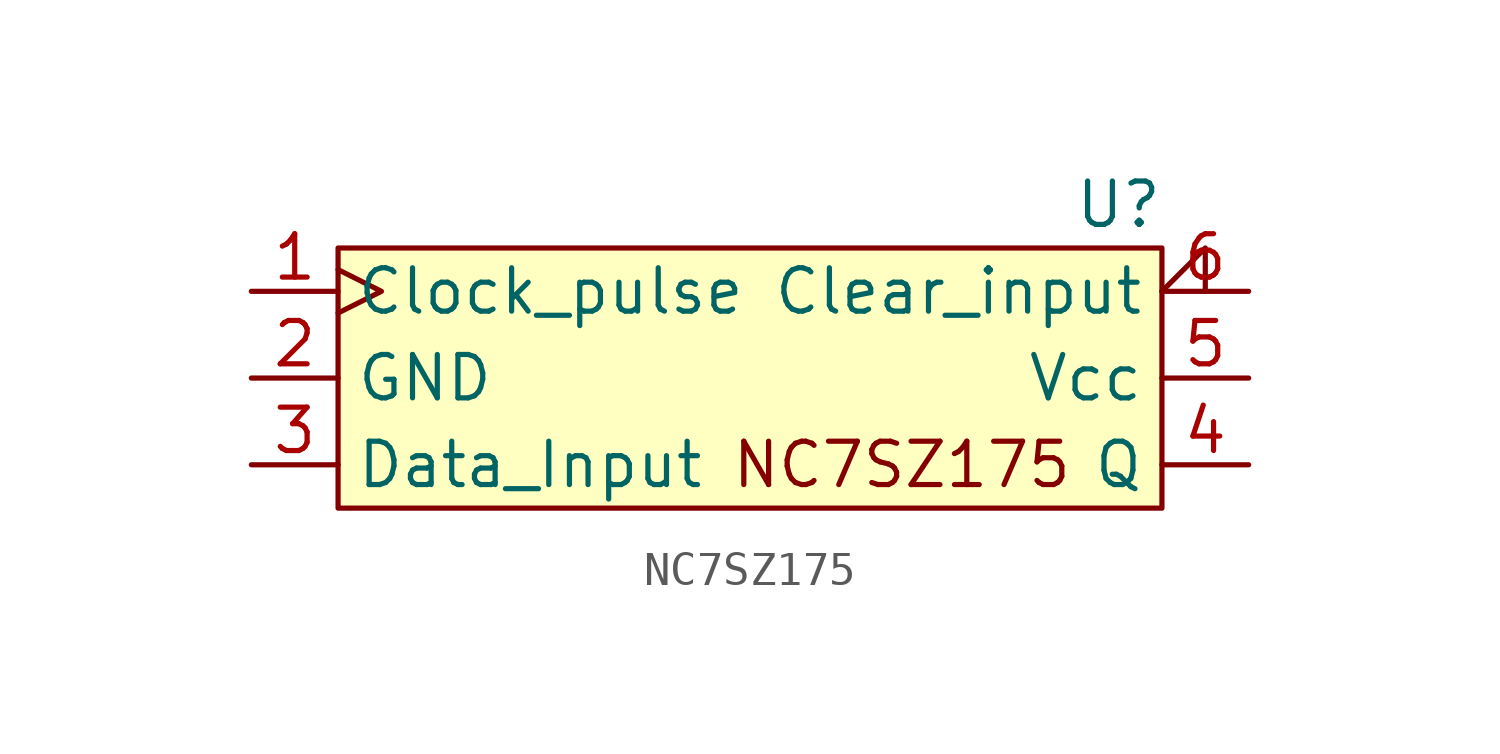
<source format=kicad_sym>
(kicad_symbol_lib
  (version 20220914)
  (generator kicad_symbol_editor)
  (symbol "NC7SZ175"
    (property "Reference" "U"
      (at 17.78 5.08 0)
      (effects (font (size 1.27 1.27))))
    (property "Value" ""
      (at 0 0 0)
      (effects (font (size 1.27 1.27))))
    (symbol "NC7SZ175_1_1"
      (rectangle (start -5.08 3.81) (end 19.05 -3.81) (stroke (width 0) (type default)) (fill (type background)))
      (text "NC7SZ175" (at 11.43 -2.54 0) (effects (font (size 1.27 1.27))))
      (pin input clock (at -7.62 2.54 0) (length 2.54) (name "Clock_pulse" (effects (font (size 1.27 1.27)))) (number "1" (effects (font (size 1.27 1.27)))))
      (pin power_in line (at -7.62 0 0) (length 2.54) (name "GND" (effects (font (size 1.27 1.27)))) (number "2" (effects (font (size 1.27 1.27)))))
      (pin input line (at -7.62 -2.54 0) (length 2.54) (name "Data_Input" (effects (font (size 1.27 1.27)))) (number "3" (effects (font (size 1.27 1.27)))))
      (pin output line (at 21.59 -2.54 180) (length 2.54) (name "Q" (effects (font (size 1.27 1.27)))) (number "4" (effects (font (size 1.27 1.27)))))
      (pin power_in line (at 21.59 0 180) (length 2.54) (name "Vcc" (effects (font (size 1.27 1.27)))) (number "5" (effects (font (size 1.27 1.27)))))
      (pin input input_low (at 21.59 2.54 180) (length 2.54) (name "Clear_input" (effects (font (size 1.27 1.27)))) (number "6" (effects (font (size 1.27 1.27))))))))
</source>
